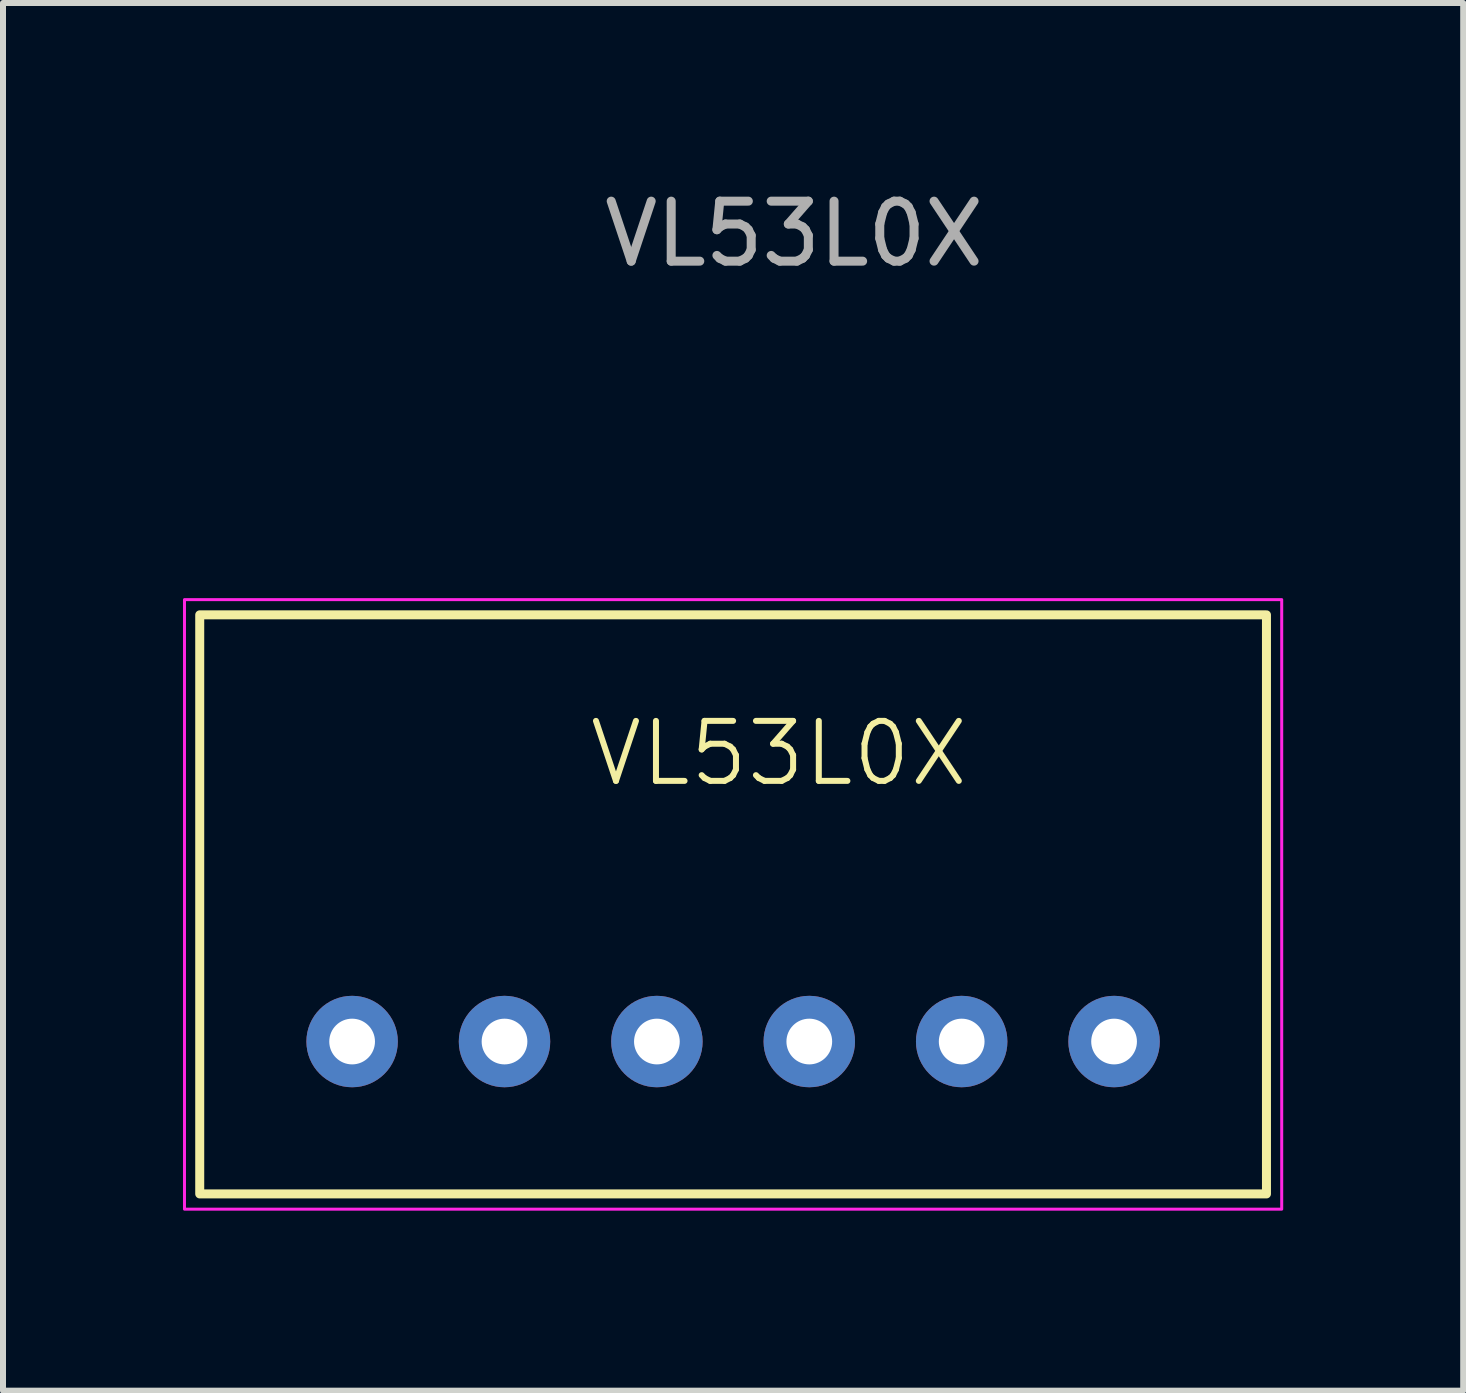
<source format=kicad_pcb>
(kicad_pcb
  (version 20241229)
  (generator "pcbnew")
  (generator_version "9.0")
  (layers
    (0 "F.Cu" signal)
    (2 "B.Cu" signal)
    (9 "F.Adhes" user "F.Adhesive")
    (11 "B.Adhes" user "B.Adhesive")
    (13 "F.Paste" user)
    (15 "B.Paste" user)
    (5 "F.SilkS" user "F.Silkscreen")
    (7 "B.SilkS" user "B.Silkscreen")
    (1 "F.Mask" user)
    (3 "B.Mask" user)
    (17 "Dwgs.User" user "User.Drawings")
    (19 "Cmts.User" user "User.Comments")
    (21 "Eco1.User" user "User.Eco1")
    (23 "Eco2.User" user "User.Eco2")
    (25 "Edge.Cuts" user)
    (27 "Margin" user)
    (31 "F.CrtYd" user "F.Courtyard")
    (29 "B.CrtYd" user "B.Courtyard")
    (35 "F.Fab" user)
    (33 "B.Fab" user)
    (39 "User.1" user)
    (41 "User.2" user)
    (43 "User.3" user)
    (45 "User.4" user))
  (footprint "VL53L0X"
    (layer "F.Cu")
    (at 0.279 16.85)
    (property "Reference" "VL53L0X" (at 9.652 -7.342 0) (unlocked yes) (layer "F.SilkS") (effects (font (size 1 1) (thickness 0.1))))
    (attr through_hole)
    (fp_rect (start 0 0) (end 17.78 -9.652) (stroke (width 0.15) (type default)) (fill no) (layer "F.SilkS"))
    (fp_rect (start -0.254 -9.906) (end 18.034 0.254) (stroke (width 0.05) (type default)) (fill no) (layer "F.CrtYd"))
    (fp_text user "${REFERENCE}" (at 9.906 -16.002 0) (unlocked yes) (layer "F.Fab") (effects (font (size 1 1) (thickness 0.15))))
    (pad "1" thru_hole circle (at 2.54 -2.54) (size 1.524 1.524) (drill 0.762) (layers "*.Cu" "*.Mask"))
    (pad "2" thru_hole circle (at 5.08 -2.54) (size 1.524 1.524) (drill 0.762) (layers "*.Cu" "*.Mask"))
    (pad "3" thru_hole circle (at 7.62 -2.54) (size 1.524 1.524) (drill 0.762) (layers "*.Cu" "*.Mask"))
    (pad "4" thru_hole circle (at 10.16 -2.54) (size 1.524 1.524) (drill 0.762) (layers "*.Cu" "*.Mask"))
    (pad "5" thru_hole circle (at 12.7 -2.54) (size 1.524 1.524) (drill 0.762) (layers "*.Cu" "*.Mask"))
    (pad "6" thru_hole circle (at 15.24 -2.54) (size 1.524 1.524) (drill 0.762) (layers "*.Cu" "*.Mask")))
  (gr_rect
    (start -3 -3)
    (end 21.338 20.129)
    (stroke (width 0.1) (type default))
    (fill no)
    (layer "Edge.Cuts")))
</source>
